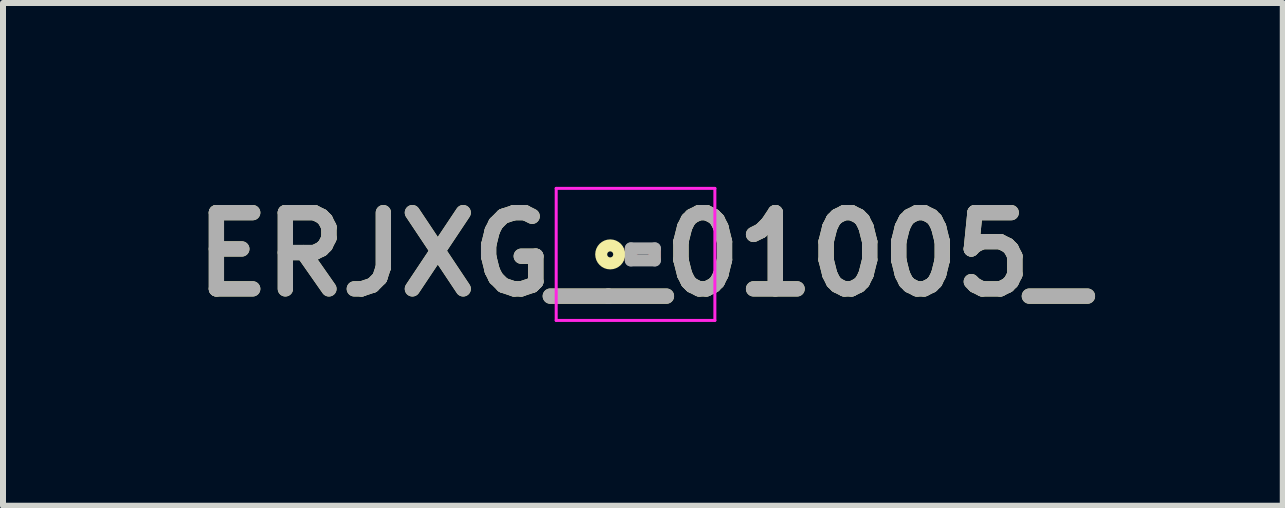
<source format=kicad_pcb>
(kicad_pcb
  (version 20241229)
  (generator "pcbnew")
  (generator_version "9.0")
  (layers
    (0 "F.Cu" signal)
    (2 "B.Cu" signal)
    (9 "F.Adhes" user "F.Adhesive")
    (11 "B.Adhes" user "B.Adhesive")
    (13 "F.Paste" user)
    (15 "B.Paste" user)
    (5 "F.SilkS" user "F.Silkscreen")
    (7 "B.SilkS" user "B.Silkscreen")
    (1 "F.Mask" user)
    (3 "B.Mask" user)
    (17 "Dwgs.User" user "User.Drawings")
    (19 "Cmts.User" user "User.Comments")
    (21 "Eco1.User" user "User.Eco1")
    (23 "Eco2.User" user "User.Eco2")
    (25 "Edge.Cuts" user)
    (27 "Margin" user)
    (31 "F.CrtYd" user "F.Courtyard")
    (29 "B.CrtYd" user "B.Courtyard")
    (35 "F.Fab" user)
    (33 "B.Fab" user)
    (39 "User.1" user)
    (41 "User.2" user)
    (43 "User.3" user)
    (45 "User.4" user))
  (footprint "ERJXG__01005_"
    (layer "F.Cu")
    (at 7.662 1.189)
    (property "Reference" "ERJXG__01005_" (at 0 0 0) (layer "F.SilkS") (effects (font (size 1.27 1.27) (thickness 0.254))))
    (attr smd)
    (fp_circle (center -0.544 0) (end -0.544 0.05) (stroke (width 0.2) (type solid)) (fill no) (layer "F.SilkS"))
    (fp_line (start -1.444 -1.1) (end 1.2 -1.1) (stroke (width 0.05) (type solid)) (layer "F.CrtYd"))
    (fp_line (start -1.444 1.1) (end -1.444 -1.1) (stroke (width 0.05) (type solid)) (layer "F.CrtYd"))
    (fp_line (start 1.2 -1.1) (end 1.2 1.1) (stroke (width 0.05) (type solid)) (layer "F.CrtYd"))
    (fp_line (start 1.2 1.1) (end -1.444 1.1) (stroke (width 0.05) (type solid)) (layer "F.CrtYd"))
    (fp_line (start -0.2 -0.1) (end 0.2 -0.1) (stroke (width 0.2) (type solid)) (layer "F.Fab"))
    (fp_line (start -0.2 0.1) (end -0.2 -0.1) (stroke (width 0.2) (type solid)) (layer "F.Fab"))
    (fp_line (start 0.2 -0.1) (end 0.2 0.1) (stroke (width 0.2) (type solid)) (layer "F.Fab"))
    (fp_line (start 0.2 0.1) (end -0.2 0.1) (stroke (width 0.2) (type solid)) (layer "F.Fab"))
    (fp_text user "${REFERENCE}" (at 0 0 0) (layer "F.Fab") (effects (font (size 1.27 1.27) (thickness 0.254))))
    (pad "1" smd rect (at -0.194 0) (size 0.213 0.225) (layers "F.Cu" "F.Mask" "F.Paste"))
    (pad "2" smd rect (at 0.194 0) (size 0.213 0.225) (layers "F.Cu" "F.Mask" "F.Paste")))
  (gr_rect
    (start -3 -3)
    (end 18.325 5.377)
    (stroke (width 0.1) (type default))
    (fill no)
    (layer "Edge.Cuts")))
</source>
